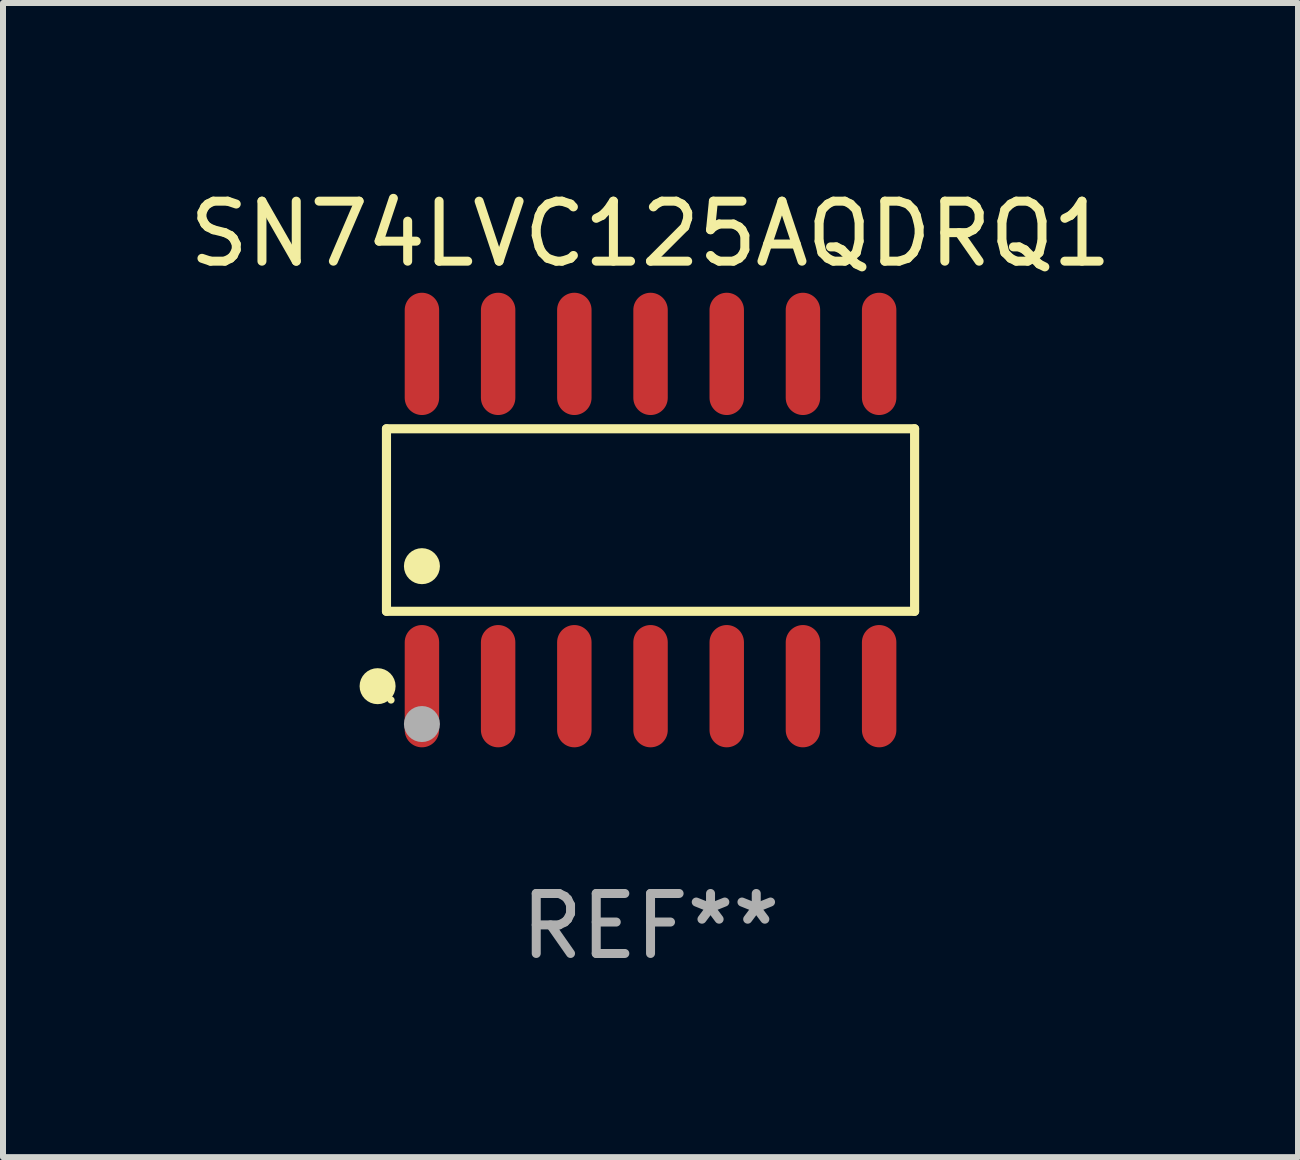
<source format=kicad_pcb>
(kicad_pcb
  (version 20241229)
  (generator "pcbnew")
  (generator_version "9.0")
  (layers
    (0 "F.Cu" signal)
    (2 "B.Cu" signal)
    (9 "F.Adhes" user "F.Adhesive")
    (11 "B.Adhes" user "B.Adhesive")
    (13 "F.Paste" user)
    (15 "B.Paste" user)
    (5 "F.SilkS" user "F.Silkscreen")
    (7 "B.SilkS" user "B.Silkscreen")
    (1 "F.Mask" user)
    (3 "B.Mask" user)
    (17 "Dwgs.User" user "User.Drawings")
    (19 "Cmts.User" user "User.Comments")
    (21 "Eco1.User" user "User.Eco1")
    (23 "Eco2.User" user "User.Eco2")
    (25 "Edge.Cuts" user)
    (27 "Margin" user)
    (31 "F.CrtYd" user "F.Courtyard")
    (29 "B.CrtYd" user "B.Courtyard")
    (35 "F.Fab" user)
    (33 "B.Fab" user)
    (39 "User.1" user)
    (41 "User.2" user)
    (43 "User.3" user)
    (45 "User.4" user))
  (footprint "SN74LVC125AQDRQ1"
    (layer "F.Cu")
    (at 7.792 5.617)
    (property "Reference" "SN74LVC125AQDRQ1" (at 0 -4.769 0) (layer "F.SilkS") (effects (font (size 1 1) (thickness 0.15))))
    (attr through_hole)
    (fp_line (start -4.401 -1.521) (end 4.401 -1.521) (stroke (width 0.152) (type solid)) (layer "F.SilkS"))
    (fp_line (start -4.401 1.521) (end -4.401 -1.521) (stroke (width 0.152) (type solid)) (layer "F.SilkS"))
    (fp_line (start 4.401 -1.521) (end 4.401 1.521) (stroke (width 0.152) (type solid)) (layer "F.SilkS"))
    (fp_line (start 4.401 1.521) (end -4.401 1.521) (stroke (width 0.152) (type solid)) (layer "F.SilkS"))
    (fp_circle (center -4.549 2.769) (end -4.399 2.769) (stroke (width 0.3) (type solid)) (fill no) (layer "F.SilkS"))
    (fp_circle (center -4.325 3) (end -4.295 3) (stroke (width 0.06) (type solid)) (fill no) (layer "F.SilkS"))
    (fp_circle (center -3.81 0.769) (end -3.66 0.769) (stroke (width 0.3) (type solid)) (fill no) (layer "F.SilkS"))
    (fp_circle (center -3.81 3.4) (end -3.66 3.4) (stroke (width 0.3) (type solid)) (fill no) (layer "F.Fab"))
    (fp_text user "REF**" (at 0 6.769 0) (layer "F.Fab") (effects (font (size 1 1) (thickness 0.15))))
    (pad "1" smd oval (at -3.81 2.769) (size 0.574 2.038) (layers "F.Cu" "F.Mask" "F.Paste"))
    (pad "2" smd oval (at -2.54 2.769) (size 0.574 2.038) (layers "F.Cu" "F.Mask" "F.Paste"))
    (pad "3" smd oval (at -1.27 2.769) (size 0.574 2.038) (layers "F.Cu" "F.Mask" "F.Paste"))
    (pad "4" smd oval (at 0 2.769) (size 0.574 2.038) (layers "F.Cu" "F.Mask" "F.Paste"))
    (pad "5" smd oval (at 1.27 2.769) (size 0.574 2.038) (layers "F.Cu" "F.Mask" "F.Paste"))
    (pad "6" smd oval (at 2.54 2.769) (size 0.574 2.038) (layers "F.Cu" "F.Mask" "F.Paste"))
    (pad "7" smd oval (at 3.81 2.769) (size 0.574 2.038) (layers "F.Cu" "F.Mask" "F.Paste"))
    (pad "8" smd oval (at 3.81 -2.769) (size 0.574 2.038) (layers "F.Cu" "F.Mask" "F.Paste"))
    (pad "9" smd oval (at 2.54 -2.769) (size 0.574 2.038) (layers "F.Cu" "F.Mask" "F.Paste"))
    (pad "10" smd oval (at 1.27 -2.769) (size 0.574 2.038) (layers "F.Cu" "F.Mask" "F.Paste"))
    (pad "11" smd oval (at 0 -2.769) (size 0.574 2.038) (layers "F.Cu" "F.Mask" "F.Paste"))
    (pad "12" smd oval (at -1.27 -2.769) (size 0.574 2.038) (layers "F.Cu" "F.Mask" "F.Paste"))
    (pad "13" smd oval (at -2.54 -2.769) (size 0.574 2.038) (layers "F.Cu" "F.Mask" "F.Paste"))
    (pad "14" smd oval (at -3.81 -2.769) (size 0.574 2.038) (layers "F.Cu" "F.Mask" "F.Paste")))
  (gr_rect
    (start -3 -3)
    (end 18.583 16.235)
    (stroke (width 0.1) (type default))
    (fill no)
    (layer "Edge.Cuts")))
</source>
